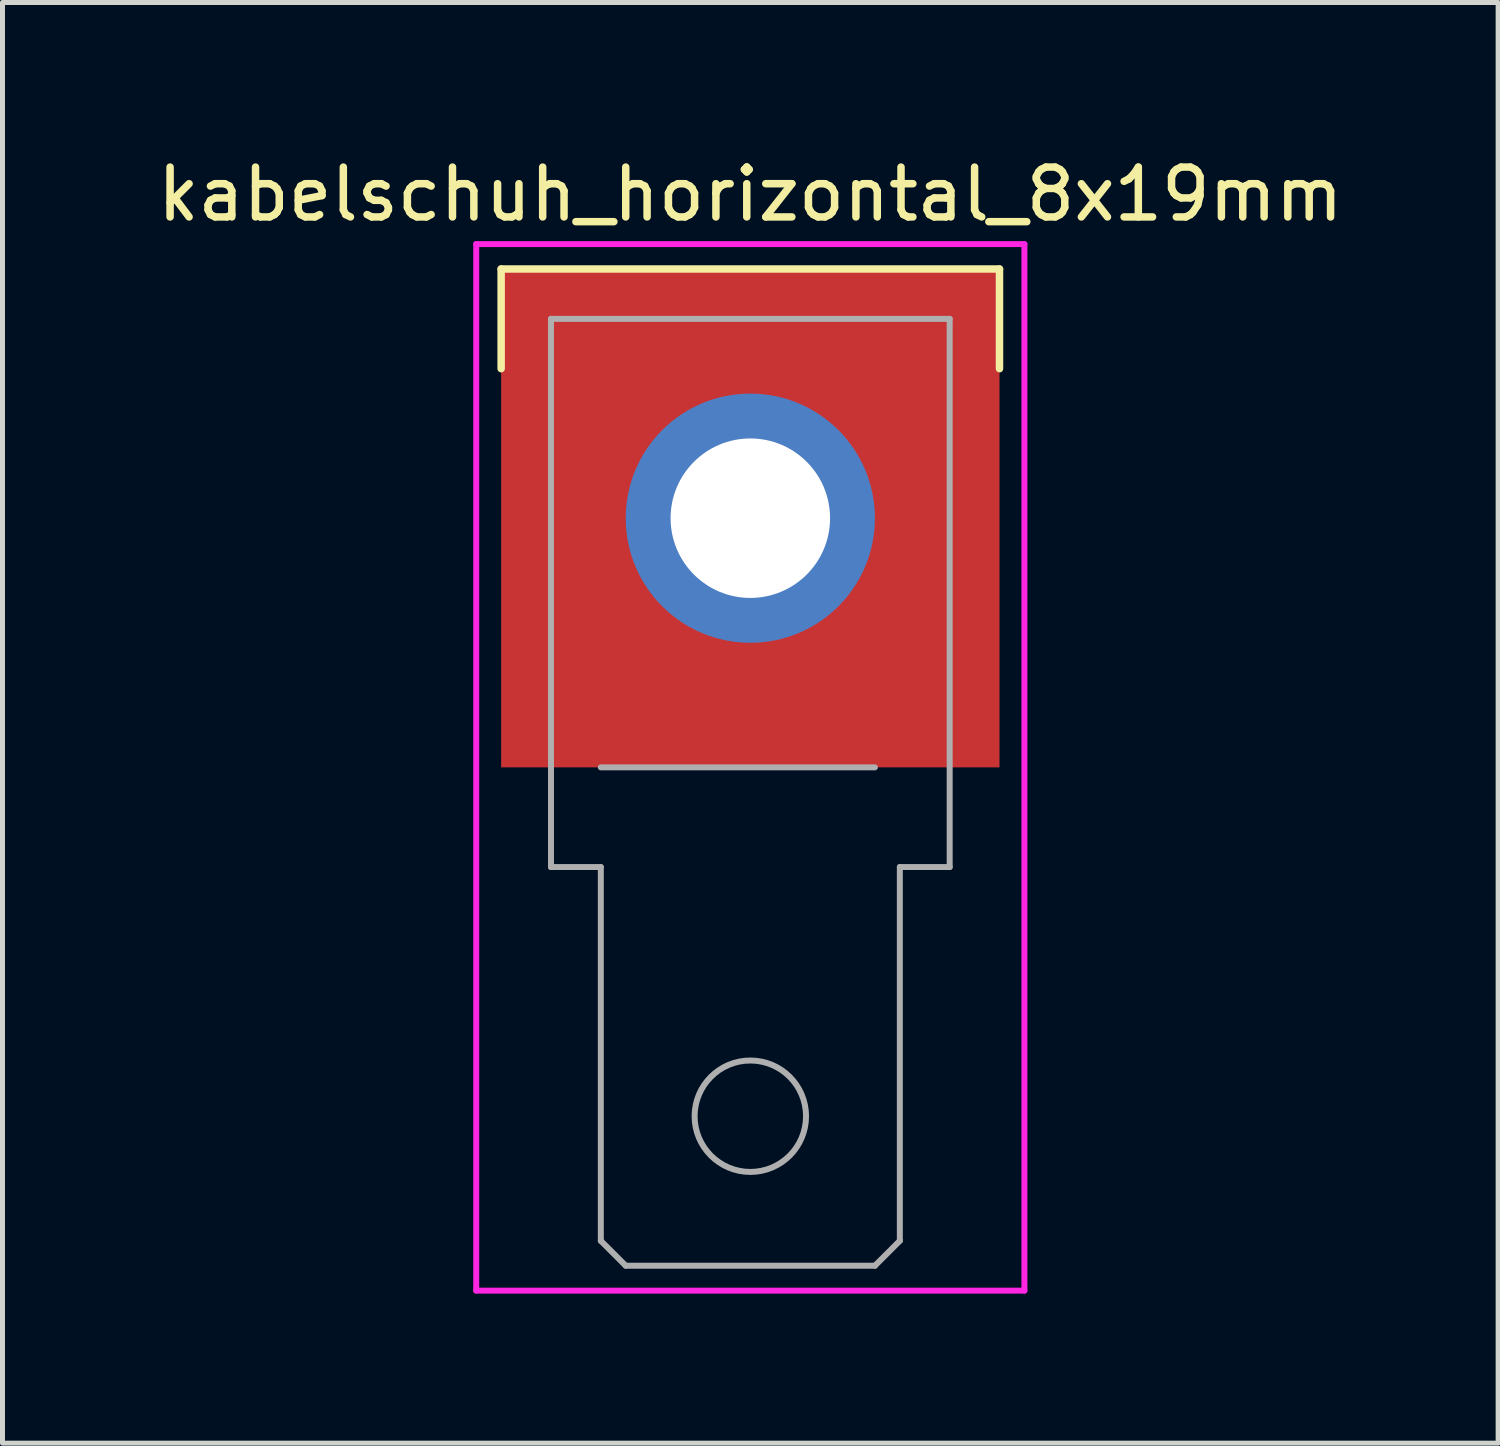
<source format=kicad_pcb>
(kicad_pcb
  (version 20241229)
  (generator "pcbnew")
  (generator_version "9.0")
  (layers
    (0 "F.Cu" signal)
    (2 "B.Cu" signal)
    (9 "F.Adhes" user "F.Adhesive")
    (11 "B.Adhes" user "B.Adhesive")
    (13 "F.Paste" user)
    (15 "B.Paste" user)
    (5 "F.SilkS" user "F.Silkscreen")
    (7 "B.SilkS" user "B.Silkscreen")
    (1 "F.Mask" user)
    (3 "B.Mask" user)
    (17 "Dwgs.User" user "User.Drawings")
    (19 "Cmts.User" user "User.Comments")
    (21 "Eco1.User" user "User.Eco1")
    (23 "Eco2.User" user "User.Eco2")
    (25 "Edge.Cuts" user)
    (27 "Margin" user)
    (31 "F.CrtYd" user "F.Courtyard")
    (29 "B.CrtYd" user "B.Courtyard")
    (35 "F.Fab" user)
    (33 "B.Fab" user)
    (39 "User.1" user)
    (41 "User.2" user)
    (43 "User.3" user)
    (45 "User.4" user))
  (footprint "kabelschuh_horizontal_8x19mm"
    (layer "F.Cu")
    (at 12.006 18.348)
    (property "Reference" "kabelschuh_horizontal_8x19mm" (at 0 -17.5 0) (layer "F.SilkS") (effects (font (size 1 1) (thickness 0.15))))
    (attr through_hole)
    (fp_line (start -5 -16) (end 5 -16) (stroke (width 0.15) (type solid)) (layer "F.SilkS"))
    (fp_line (start -5 -14) (end -5 -16) (stroke (width 0.15) (type solid)) (layer "F.SilkS"))
    (fp_line (start 5 -14) (end 5 -16) (stroke (width 0.15) (type solid)) (layer "F.SilkS"))
    (fp_poly (pts (xy -4.5 -15.5) (xy -1.5 -15.5) (xy -1.5 -12.5) (xy -4.5 -12.5)) (stroke (width 0.1) (type solid)) (fill yes) (layer "F.Paste"))
    (fp_poly (pts (xy -4.5 -9.5) (xy -1.5 -9.5) (xy -1.5 -6.5) (xy -4.5 -6.5)) (stroke (width 0.1) (type solid)) (fill yes) (layer "F.Paste"))
    (fp_poly (pts (xy 1.5 -15.5) (xy 4.5 -15.5) (xy 4.5 -12.5) (xy 1.5 -12.5)) (stroke (width 0.1) (type solid)) (fill yes) (layer "F.Paste"))
    (fp_poly (pts (xy 1.5 -9.5) (xy 4.5 -9.5) (xy 4.5 -6.5) (xy 1.5 -6.5)) (stroke (width 0.1) (type solid)) (fill yes) (layer "F.Paste"))
    (fp_line (start -5.5 -16.5) (end -5.5 4.5) (stroke (width 0.12) (type solid)) (layer "F.CrtYd"))
    (fp_line (start -5.5 4.5) (end 5.5 4.5) (stroke (width 0.12) (type solid)) (layer "F.CrtYd"))
    (fp_line (start 5.5 -16.5) (end -5.5 -16.5) (stroke (width 0.12) (type solid)) (layer "F.CrtYd"))
    (fp_line (start 5.5 4.5) (end 5.5 -16.5) (stroke (width 0.12) (type solid)) (layer "F.CrtYd"))
    (fp_line (start -4 -15) (end 4 -15) (stroke (width 0.12) (type solid)) (layer "F.Fab"))
    (fp_line (start -4 -4) (end -4 -15) (stroke (width 0.12) (type solid)) (layer "F.Fab"))
    (fp_line (start -3 -6) (end 2.5 -6) (stroke (width 0.12) (type solid)) (layer "F.Fab"))
    (fp_line (start -3 -4) (end -4 -4) (stroke (width 0.12) (type solid)) (layer "F.Fab"))
    (fp_line (start -3 3.5) (end -3 -4) (stroke (width 0.12) (type solid)) (layer "F.Fab"))
    (fp_line (start -3 3.5) (end -2.5 4) (stroke (width 0.12) (type solid)) (layer "F.Fab"))
    (fp_line (start -2.5 4) (end 2.5 4) (stroke (width 0.12) (type solid)) (layer "F.Fab"))
    (fp_line (start 2.5 4) (end 3 3.5) (stroke (width 0.12) (type solid)) (layer "F.Fab"))
    (fp_line (start 3 -4) (end 4 -4) (stroke (width 0.12) (type solid)) (layer "F.Fab"))
    (fp_line (start 3 3.5) (end 3 -4) (stroke (width 0.12) (type solid)) (layer "F.Fab"))
    (fp_line (start 4 -4) (end 4 -15) (stroke (width 0.12) (type solid)) (layer "F.Fab"))
    (fp_circle (center 0 1) (end 0.5 0) (stroke (width 0.12) (type solid)) (fill no) (layer "F.Fab"))
    (pad "1" thru_hole circle (at 0 -11) (size 5 5) (drill 3.2) (layers "*.Cu" "*.Mask"))
    (pad "1" smd rect (at 0 -11) (size 10 10) (layers "F.Cu" "F.Mask")))
  (gr_rect
    (start -3 -3)
    (end 27.012 25.908)
    (stroke (width 0.1) (type default))
    (fill no)
    (layer "Edge.Cuts")))
</source>
